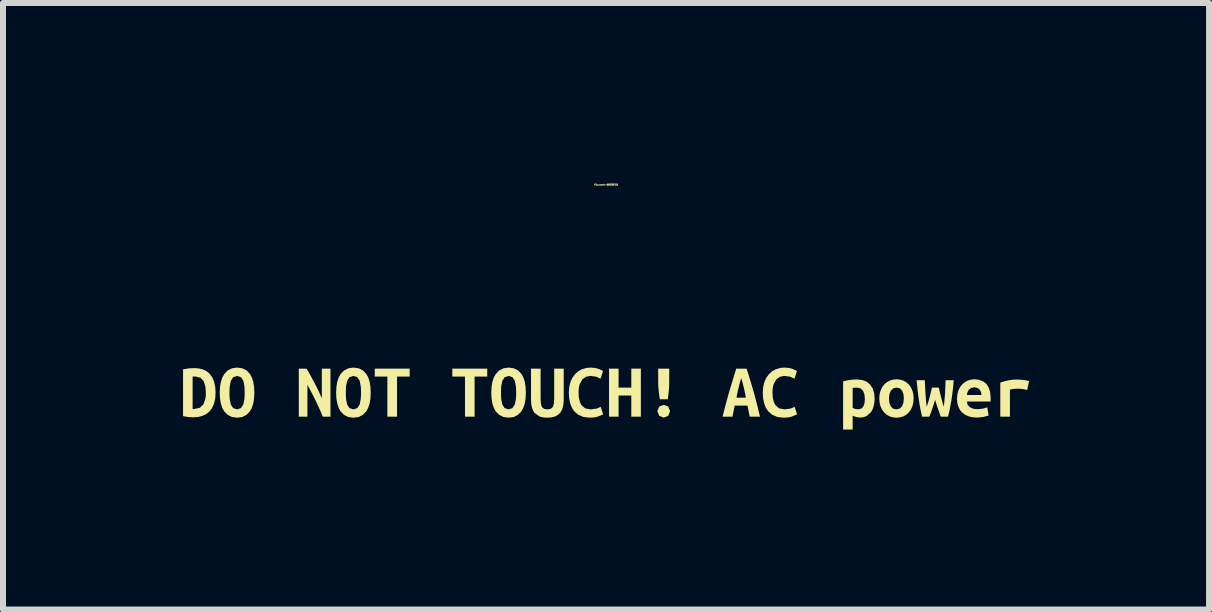
<source format=kicad_pcb>
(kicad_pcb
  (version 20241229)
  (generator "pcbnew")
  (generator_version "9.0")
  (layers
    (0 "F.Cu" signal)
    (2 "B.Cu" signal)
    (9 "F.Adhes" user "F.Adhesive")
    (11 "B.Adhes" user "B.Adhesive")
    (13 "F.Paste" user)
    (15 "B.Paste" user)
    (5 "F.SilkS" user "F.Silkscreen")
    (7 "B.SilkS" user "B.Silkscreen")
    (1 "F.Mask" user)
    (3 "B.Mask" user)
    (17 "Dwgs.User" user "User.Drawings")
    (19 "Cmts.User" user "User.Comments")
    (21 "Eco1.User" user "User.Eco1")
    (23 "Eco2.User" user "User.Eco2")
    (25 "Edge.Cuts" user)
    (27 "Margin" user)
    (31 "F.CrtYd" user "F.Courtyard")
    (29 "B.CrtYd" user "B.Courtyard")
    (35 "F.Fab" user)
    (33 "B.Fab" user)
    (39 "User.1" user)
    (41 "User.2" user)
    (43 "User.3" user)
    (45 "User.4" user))
  (footprint "kibuzzard-66938FC6"
    (layer "F.Cu")
    (at 7.047 3.59)
    (property "Reference" "kibuzzard-66938FC6" (at 0 -3.564 180) (layer "F.SilkS") (effects (font (size 0.025 0.025) (thickness 0.15))))
    (attr board_only exclude_from_pos_files exclude_from_bom)
    (fp_poly (pts (xy -3.272 -0.498) (xy -3.272 -0.366) (xy -3.482 -0.366) (xy -3.482 0.302) (xy -3.643 0.302) (xy -3.643 -0.366) (xy -3.853 -0.366) (xy -3.853 -0.498) (xy -3.272 -0.498)) (stroke (width 0) (type solid)) (fill yes) (layer "F.SilkS"))
    (fp_poly (pts (xy -1.979 -0.498) (xy -1.979 -0.366) (xy -2.19 -0.366) (xy -2.19 0.302) (xy -2.35 0.302) (xy -2.35 -0.366) (xy -2.561 -0.366) (xy -2.561 -0.498) (xy -1.979 -0.498)) (stroke (width 0) (type solid)) (fill yes) (layer "F.SilkS"))
    (fp_poly (pts (xy 1.068 0.211) (xy 1.035 0.289) (xy 0.961 0.318) (xy 0.887 0.289) (xy 0.854 0.211) (xy 0.887 0.133) (xy 0.961 0.105) (xy 1.035 0.133) (xy 1.068 0.211)) (stroke (width 0) (type solid)) (fill yes) (layer "F.SilkS"))
    (fp_poly (pts (xy 0.58 -0.498) (xy 0.58 0.302) (xy 0.421 0.302) (xy 0.421 -0.05) (xy 0.209 -0.05) (xy 0.209 0.302) (xy 0.05 0.302) (xy 0.05 -0.498) (xy 0.209 -0.498) (xy 0.209 -0.182) (xy 0.421 -0.182) (xy 0.421 -0.498) (xy 0.58 -0.498)) (stroke (width 0) (type solid)) (fill yes) (layer "F.SilkS"))
    (fp_poly (pts (xy 1.053 -0.286) (xy 1.051 -0.202) (xy 1.046 -0.131) (xy 1.038 -0.063) (xy 1.028 0.012) (xy 0.896 0.012) (xy 0.885 -0.064) (xy 0.877 -0.132) (xy 0.871 -0.202) (xy 0.869 -0.286) (xy 0.869 -0.498) (xy 1.053 -0.498) (xy 1.053 -0.286)) (stroke (width 0) (type solid)) (fill yes) (layer "F.SilkS"))
    (fp_poly (pts (xy 7.018 -0.143) (xy 6.982 -0.151) (xy 6.938 -0.158) (xy 6.896 -0.163) (xy 6.861 -0.164) (xy 6.795 -0.161) (xy 6.729 -0.149) (xy 6.729 0.302) (xy 6.569 0.302) (xy 6.569 -0.265) (xy 6.633 -0.286) (xy 6.699 -0.302) (xy 6.771 -0.313) (xy 6.854 -0.317) (xy 6.891 -0.315) (xy 6.942 -0.311) (xy 6.997 -0.303) (xy 7.047 -0.291) (xy 7.018 -0.143)) (stroke (width 0) (type solid)) (fill yes) (layer "F.SilkS"))
    (fp_poly (pts (xy -4.719 0.302) (xy -4.756 0.214) (xy -4.796 0.125) (xy -4.837 0.037) (xy -4.881 -0.052) (xy -4.927 -0.14) (xy -4.975 -0.229) (xy -4.975 0.302) (xy -5.119 0.302) (xy -5.119 -0.498) (xy -4.991 -0.498) (xy -4.954 -0.438) (xy -4.918 -0.374) (xy -4.883 -0.308) (xy -4.848 -0.242) (xy -4.815 -0.177) (xy -4.784 -0.114) (xy -4.758 -0.056) (xy -4.735 -0.005) (xy -4.735 -0.498) (xy -4.591 -0.498) (xy -4.591 0.302) (xy -4.719 0.302)) (stroke (width 0) (type solid)) (fill yes) (layer "F.SilkS"))
    (fp_poly (pts (xy -0.98 0.319) (xy -1.052 0.314) (xy -1.11 0.298) (xy -1.194 0.237) (xy -1.22 0.192) (xy -1.237 0.14) (xy -1.247 0.079) (xy -1.25 0.013) (xy -1.25 -0.498) (xy -1.09 -0.498) (xy -1.09 0.003) (xy -1.085 0.087) (xy -1.068 0.142) (xy -1.033 0.172) (xy -0.978 0.181) (xy -0.922 0.172) (xy -0.887 0.142) (xy -0.869 0.086) (xy -0.864 0.001) (xy -0.864 -0.498) (xy -0.705 -0.498) (xy -0.705 0.013) (xy -0.708 0.079) (xy -0.718 0.14) (xy -0.736 0.192) (xy -0.763 0.237) (xy -0.801 0.272) (xy -0.848 0.298) (xy -0.908 0.314) (xy -0.98 0.319)) (stroke (width 0) (type solid)) (fill yes) (layer "F.SilkS"))
    (fp_poly (pts (xy 2.394 0.302) (xy 2.357 0.118) (xy 2.173 0.118) (xy 2.173 -0.014) (xy 2.33 -0.014) (xy 2.314 -0.097) (xy 2.297 -0.176) (xy 2.276 -0.257) (xy 2.252 -0.342) (xy 2.228 -0.257) (xy 2.207 -0.176) (xy 2.189 -0.097) (xy 2.173 -0.014) (xy 2.173 0.118) (xy 2.143 0.118) (xy 2.107 0.302) (xy 1.942 0.302) (xy 1.965 0.209) (xy 1.988 0.12) (xy 2.011 0.034) (xy 2.034 -0.049) (xy 2.057 -0.129) (xy 2.086 -0.225) (xy 2.114 -0.318) (xy 2.142 -0.409) (xy 2.169 -0.498) (xy 2.342 -0.498) (xy 2.371 -0.408) (xy 2.399 -0.316) (xy 2.427 -0.222) (xy 2.456 -0.125) (xy 2.478 -0.045) (xy 2.5 0.038) (xy 2.522 0.124) (xy 2.543 0.212) (xy 2.565 0.302) (xy 2.394 0.302)) (stroke (width 0) (type solid)) (fill yes) (layer "F.SilkS"))
    (fp_poly (pts (xy -6.505 -0.098) (xy -6.512 0.005) (xy -6.533 0.091) (xy -6.566 0.162) (xy -6.61 0.218) (xy -6.664 0.261) (xy -6.727 0.29) (xy -6.798 0.307) (xy -6.874 0.313) (xy -6.874 0.174) (xy -6.859 0.174) (xy -6.768 0.154) (xy -6.709 0.097) (xy -6.677 0.011) (xy -6.669 -0.041) (xy -6.667 -0.098) (xy -6.675 -0.199) (xy -6.702 -0.286) (xy -6.755 -0.346) (xy -6.841 -0.368) (xy -6.865 -0.368) (xy -6.888 -0.364) (xy -6.888 0.173) (xy -6.874 0.174) (xy -6.874 0.313) (xy -6.876 0.313) (xy -6.96 0.308) (xy -7.047 0.293) (xy -7.047 -0.487) (xy -6.945 -0.503) (xy -6.856 -0.507) (xy -6.78 -0.501) (xy -6.711 -0.483) (xy -6.651 -0.453) (xy -6.601 -0.41) (xy -6.561 -0.354) (xy -6.531 -0.284) (xy -6.512 -0.199) (xy -6.505 -0.098)) (stroke (width 0) (type solid)) (fill yes) (layer "F.SilkS"))
    (fp_poly (pts (xy -0.272 0.319) (xy -0.376 0.307) (xy -0.462 0.271) (xy -0.531 0.211) (xy -0.57 0.151) (xy -0.597 0.079) (xy -0.614 -0.004) (xy -0.62 -0.098) (xy -0.613 -0.192) (xy -0.593 -0.275) (xy -0.56 -0.347) (xy -0.517 -0.406) (xy -0.464 -0.454) (xy -0.402 -0.488) (xy -0.332 -0.509) (xy -0.257 -0.516) (xy -0.18 -0.509) (xy -0.12 -0.492) (xy -0.076 -0.473) (xy -0.05 -0.458) (xy -0.091 -0.331) (xy -0.163 -0.364) (xy -0.259 -0.377) (xy -0.332 -0.364) (xy -0.395 -0.319) (xy -0.441 -0.234) (xy -0.454 -0.174) (xy -0.458 -0.102) (xy -0.453 -0.018) (xy -0.437 0.052) (xy -0.411 0.108) (xy -0.349 0.163) (xy -0.257 0.181) (xy -0.154 0.167) (xy -0.089 0.138) (xy -0.048 0.264) (xy -0.14 0.302) (xy -0.201 0.315) (xy -0.272 0.319)) (stroke (width 0) (type solid)) (fill yes) (layer "F.SilkS"))
    (fp_poly (pts (xy 2.959 0.319) (xy 2.855 0.307) (xy 2.769 0.271) (xy 2.7 0.211) (xy 2.661 0.151) (xy 2.634 0.079) (xy 2.617 -0.004) (xy 2.611 -0.098) (xy 2.618 -0.192) (xy 2.638 -0.275) (xy 2.671 -0.347) (xy 2.714 -0.406) (xy 2.767 -0.454) (xy 2.829 -0.488) (xy 2.899 -0.509) (xy 2.974 -0.516) (xy 3.051 -0.509) (xy 3.111 -0.492) (xy 3.155 -0.473) (xy 3.181 -0.458) (xy 3.14 -0.331) (xy 3.068 -0.364) (xy 2.972 -0.377) (xy 2.899 -0.364) (xy 2.836 -0.319) (xy 2.79 -0.234) (xy 2.777 -0.174) (xy 2.773 -0.102) (xy 2.778 -0.018) (xy 2.794 0.052) (xy 2.82 0.108) (xy 2.882 0.163) (xy 2.974 0.181) (xy 3.077 0.167) (xy 3.142 0.138) (xy 3.183 0.264) (xy 3.091 0.302) (xy 3.03 0.315) (xy 2.959 0.319)) (stroke (width 0) (type solid)) (fill yes) (layer "F.SilkS"))
    (fp_poly (pts (xy 4.475 -0.001) (xy 4.471 0.066) (xy 4.459 0.127) (xy 4.44 0.182) (xy 4.414 0.228) (xy 4.339 0.293) (xy 4.29 0.311) (xy 4.235 0.317) (xy 4.202 0.313) (xy 4.202 0.18) (xy 4.252 0.168) (xy 4.286 0.134) (xy 4.307 0.078) (xy 4.313 0.004) (xy 4.305 -0.07) (xy 4.281 -0.13) (xy 4.24 -0.169) (xy 4.183 -0.182) (xy 4.144 -0.18) (xy 4.109 -0.177) (xy 4.109 0.156) (xy 4.151 0.173) (xy 4.202 0.18) (xy 4.202 0.313) (xy 4.173 0.309) (xy 4.109 0.287) (xy 4.109 0.516) (xy 3.95 0.516) (xy 3.95 -0.286) (xy 3.999 -0.299) (xy 4.058 -0.309) (xy 4.122 -0.316) (xy 4.184 -0.318) (xy 4.271 -0.308) (xy 4.343 -0.28) (xy 4.4 -0.233) (xy 4.442 -0.169) (xy 4.467 -0.092) (xy 4.475 -0.001)) (stroke (width 0) (type solid)) (fill yes) (layer "F.SilkS"))
    (fp_poly (pts (xy 5.847 0.004) (xy 5.854 -0.071) (xy 5.872 -0.137) (xy 5.9 -0.193) (xy 5.937 -0.238) (xy 5.98 -0.274) (xy 6.028 -0.3) (xy 6.081 -0.315) (xy 6.134 -0.321) (xy 6.217 -0.312) (xy 6.285 -0.285) (xy 6.339 -0.241) (xy 6.377 -0.18) (xy 6.401 -0.103) (xy 6.408 -0.009) (xy 6.408 0.023) (xy 6.406 0.05) (xy 6.255 0.05) (xy 6.255 -0.059) (xy 6.248 -0.107) (xy 6.227 -0.147) (xy 6.191 -0.176) (xy 6.137 -0.187) (xy 6.083 -0.177) (xy 6.046 -0.149) (xy 6.023 -0.107) (xy 6.012 -0.059) (xy 6.255 -0.059) (xy 6.255 0.05) (xy 6.012 0.05) (xy 6.024 0.104) (xy 6.061 0.144) (xy 6.117 0.17) (xy 6.187 0.178) (xy 6.279 0.168) (xy 6.352 0.147) (xy 6.374 0.283) (xy 6.286 0.307) (xy 6.181 0.317) (xy 6.107 0.312) (xy 6.042 0.297) (xy 5.985 0.272) (xy 5.937 0.237) (xy 5.899 0.193) (xy 5.871 0.14) (xy 5.853 0.077) (xy 5.847 0.004)) (stroke (width 0) (type solid)) (fill yes) (layer "F.SilkS"))
    (fp_poly (pts (xy 5.577 0.302) (xy 5.551 0.229) (xy 5.528 0.163) (xy 5.506 0.098) (xy 5.483 0.022) (xy 5.46 0.096) (xy 5.438 0.162) (xy 5.416 0.227) (xy 5.387 0.302) (xy 5.267 0.302) (xy 5.252 0.242) (xy 5.238 0.176) (xy 5.225 0.105) (xy 5.213 0.029) (xy 5.202 -0.051) (xy 5.192 -0.133) (xy 5.184 -0.218) (xy 5.175 -0.305) (xy 5.311 -0.305) (xy 5.315 -0.231) (xy 5.318 -0.157) (xy 5.322 -0.085) (xy 5.327 -0.013) (xy 5.334 0.061) (xy 5.343 0.136) (xy 5.373 0.045) (xy 5.395 -0.036) (xy 5.413 -0.109) (xy 5.43 -0.182) (xy 5.545 -0.182) (xy 5.561 -0.109) (xy 5.579 -0.036) (xy 5.6 0.045) (xy 5.626 0.136) (xy 5.634 0.078) (xy 5.639 0.022) (xy 5.644 -0.032) (xy 5.648 -0.086) (xy 5.653 -0.193) (xy 5.655 -0.248) (xy 5.658 -0.305) (xy 5.793 -0.305) (xy 5.785 -0.218) (xy 5.776 -0.133) (xy 5.766 -0.051) (xy 5.754 0.028) (xy 5.736 0.128) (xy 5.718 0.22) (xy 5.698 0.302) (xy 5.577 0.302)) (stroke (width 0) (type solid)) (fill yes) (layer "F.SilkS"))
    (fp_poly (pts (xy -6.436 -0.098) (xy -6.431 -0.195) (xy -6.416 -0.28) (xy -6.393 -0.351) (xy -6.359 -0.41) (xy -6.302 -0.469) (xy -6.231 -0.504) (xy -6.147 -0.516) (xy -6.061 -0.504) (xy -5.989 -0.469) (xy -5.933 -0.41) (xy -5.901 -0.351) (xy -5.878 -0.28) (xy -5.864 -0.195) (xy -5.859 -0.098) (xy -5.864 -0.001) (xy -5.878 0.083) (xy -5.901 0.155) (xy -5.934 0.214) (xy -5.991 0.272) (xy -6.062 0.308) (xy -6.146 0.319) (xy -6.147 0.319) (xy -6.147 0.181) (xy -6.082 0.159) (xy -6.043 0.099) (xy -6.025 0.01) (xy -6.022 -0.042) (xy -6.021 -0.098) (xy -6.022 -0.155) (xy -6.025 -0.207) (xy -6.043 -0.296) (xy -6.081 -0.355) (xy -6.147 -0.377) (xy -6.213 -0.355) (xy -6.251 -0.295) (xy -6.269 -0.207) (xy -6.273 -0.154) (xy -6.274 -0.098) (xy -6.273 -0.042) (xy -6.269 0.011) (xy -6.251 0.1) (xy -6.213 0.159) (xy -6.147 0.181) (xy -6.147 0.319) (xy -6.233 0.308) (xy -6.304 0.272) (xy -6.361 0.214) (xy -6.394 0.155) (xy -6.417 0.083) (xy -6.431 -0.001) (xy -6.436 -0.098)) (stroke (width 0) (type solid)) (fill yes) (layer "F.SilkS"))
    (fp_poly (pts (xy -4.497 -0.098) (xy -4.492 -0.195) (xy -4.478 -0.28) (xy -4.454 -0.351) (xy -4.421 -0.41) (xy -4.363 -0.469) (xy -4.293 -0.504) (xy -4.209 -0.516) (xy -4.122 -0.504) (xy -4.051 -0.469) (xy -3.994 -0.41) (xy -3.962 -0.351) (xy -3.939 -0.28) (xy -3.925 -0.195) (xy -3.921 -0.098) (xy -3.925 -0.001) (xy -3.939 0.083) (xy -3.963 0.155) (xy -3.995 0.214) (xy -4.052 0.272) (xy -4.123 0.308) (xy -4.207 0.319) (xy -4.209 0.319) (xy -4.209 0.181) (xy -4.143 0.159) (xy -4.105 0.099) (xy -4.087 0.01) (xy -4.083 -0.042) (xy -4.082 -0.098) (xy -4.083 -0.155) (xy -4.087 -0.207) (xy -4.105 -0.296) (xy -4.143 -0.355) (xy -4.209 -0.377) (xy -4.275 -0.355) (xy -4.313 -0.295) (xy -4.331 -0.207) (xy -4.334 -0.154) (xy -4.335 -0.098) (xy -4.334 -0.042) (xy -4.331 0.011) (xy -4.313 0.1) (xy -4.275 0.159) (xy -4.209 0.181) (xy -4.209 0.319) (xy -4.294 0.308) (xy -4.366 0.272) (xy -4.423 0.214) (xy -4.455 0.155) (xy -4.478 0.083) (xy -4.492 -0.001) (xy -4.497 -0.098)) (stroke (width 0) (type solid)) (fill yes) (layer "F.SilkS"))
    (fp_poly (pts (xy -1.912 -0.098) (xy -1.907 -0.195) (xy -1.893 -0.28) (xy -1.869 -0.351) (xy -1.836 -0.41) (xy -1.778 -0.469) (xy -1.708 -0.504) (xy -1.624 -0.516) (xy -1.537 -0.504) (xy -1.466 -0.469) (xy -1.409 -0.41) (xy -1.377 -0.351) (xy -1.354 -0.28) (xy -1.34 -0.195) (xy -1.336 -0.098) (xy -1.34 -0.001) (xy -1.354 0.083) (xy -1.378 0.155) (xy -1.411 0.214) (xy -1.468 0.272) (xy -1.538 0.308) (xy -1.623 0.319) (xy -1.624 0.319) (xy -1.624 0.181) (xy -1.559 0.159) (xy -1.52 0.099) (xy -1.502 0.01) (xy -1.498 -0.042) (xy -1.497 -0.098) (xy -1.498 -0.155) (xy -1.502 -0.207) (xy -1.52 -0.296) (xy -1.558 -0.355) (xy -1.624 -0.377) (xy -1.69 -0.355) (xy -1.728 -0.295) (xy -1.746 -0.207) (xy -1.749 -0.154) (xy -1.751 -0.098) (xy -1.749 -0.042) (xy -1.746 0.011) (xy -1.728 0.1) (xy -1.69 0.159) (xy -1.624 0.181) (xy -1.624 0.319) (xy -1.709 0.308) (xy -1.781 0.272) (xy -1.838 0.214) (xy -1.87 0.155) (xy -1.894 0.083) (xy -1.907 -0.001) (xy -1.912 -0.098)) (stroke (width 0) (type solid)) (fill yes) (layer "F.SilkS"))
    (fp_poly (pts (xy 5.125 -0.003) (xy 5.12 0.066) (xy 5.104 0.129) (xy 5.079 0.183) (xy 5.046 0.23) (xy 5.005 0.268) (xy 4.956 0.296) (xy 4.901 0.313) (xy 4.839 0.319) (xy 4.837 0.319) (xy 4.837 0.181) (xy 4.891 0.168) (xy 4.931 0.131) (xy 4.954 0.072) (xy 4.962 -0.001) (xy 4.955 -0.075) (xy 4.933 -0.132) (xy 4.895 -0.17) (xy 4.839 -0.182) (xy 4.785 -0.17) (xy 4.746 -0.132) (xy 4.722 -0.075) (xy 4.714 -0.001) (xy 4.721 0.072) (xy 4.743 0.131) (xy 4.781 0.168) (xy 4.837 0.181) (xy 4.837 0.319) (xy 4.778 0.313) (xy 4.722 0.296) (xy 4.674 0.268) (xy 4.632 0.23) (xy 4.598 0.183) (xy 4.573 0.129) (xy 4.558 0.066) (xy 4.553 -0.003) (xy 4.558 -0.071) (xy 4.574 -0.132) (xy 4.599 -0.187) (xy 4.633 -0.233) (xy 4.675 -0.27) (xy 4.724 -0.298) (xy 4.78 -0.315) (xy 4.839 -0.321) (xy 4.9 -0.315) (xy 4.955 -0.298) (xy 5.004 -0.27) (xy 5.046 -0.233) (xy 5.079 -0.187) (xy 5.104 -0.132) (xy 5.12 -0.071) (xy 5.125 -0.003)) (stroke (width 0) (type solid)) (fill yes) (layer "F.SilkS")))
  (gr_rect
    (start -3 -3)
    (end 17.094 7.105)
    (stroke (width 0.1) (type default))
    (fill no)
    (layer "Edge.Cuts")))
</source>
